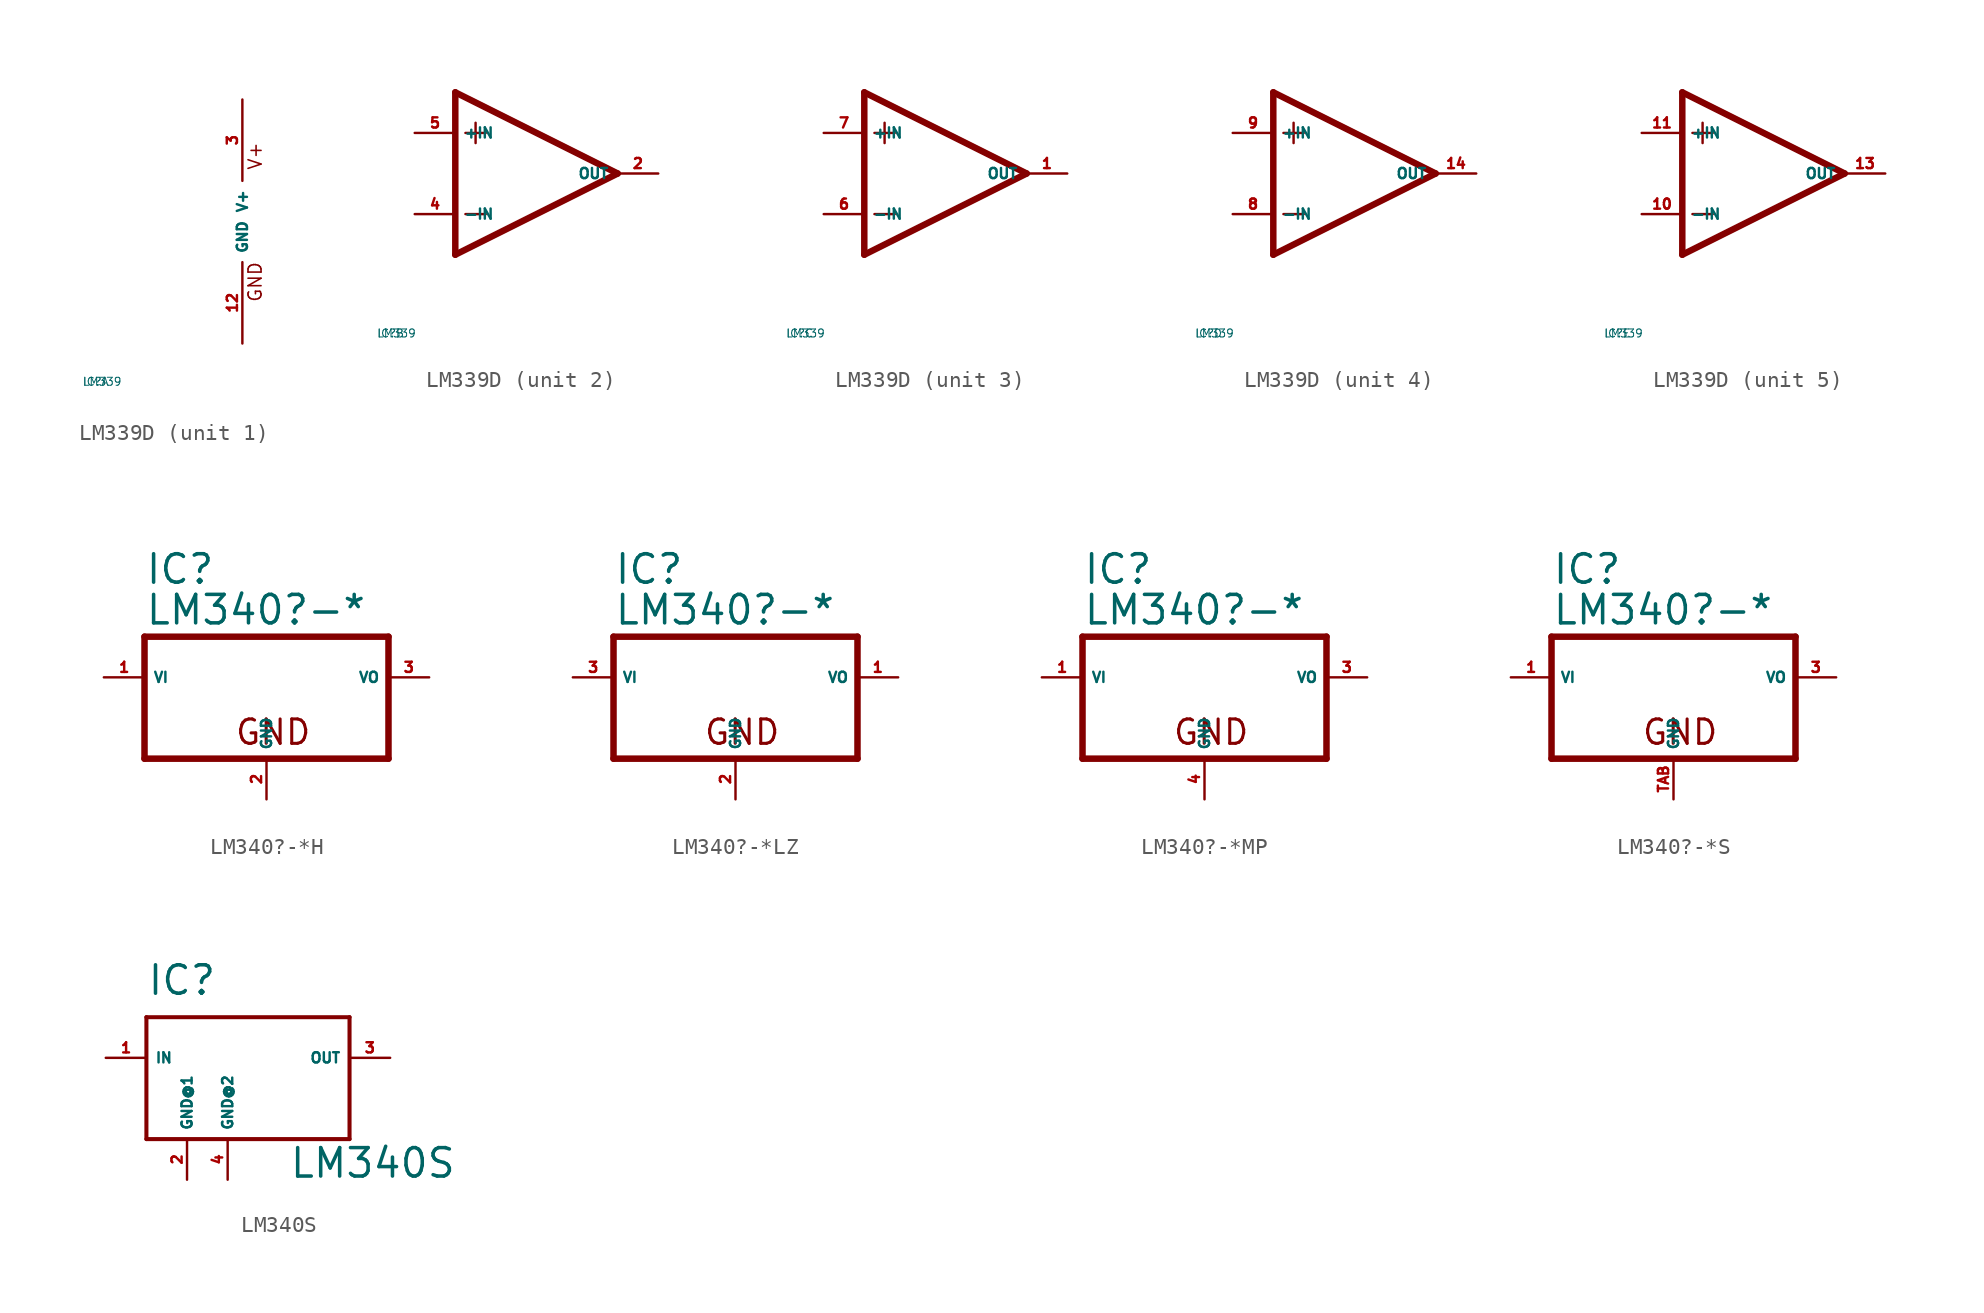
<source format=kicad_sym>
(kicad_symbol_lib
  (version 20220914)
  (generator Eagle2Kicad)
  (symbol "LM339D"
    (property "Reference" "IC"
      (at -10 -10 0)
      (effects (font (size 0.5 0.5) (thickness 0.06)) (justify left)))
    (property "Value" "LM339"
      (at -10 -10 0)
      (effects (font (size 0.5 0.5) (thickness 0.06)) (justify left)))
    (symbol "LM339D_1_0"
      (text "V+" (at 1.27 3.175 900) (effects (font (size 0.813 0.813) (thickness 0.10)) (justify left bottom)))
      (text "GND" (at 1.27 -5.08 900) (effects (font (size 0.813 0.813) (thickness 0.10)) (justify left bottom)))
      (pin unspecified line (at 0 7.62 270) (length 5.08) (name "V+" (effects (font (size 0.635 0.635) (thickness 0.08)) (justify left bottom))) (number "3" (effects (font (size 0.635 0.635) (thickness 0.08)) (justify left bottom))))
      (pin unspecified line (at 0 -7.62 90) (length 5.08) (name "GND" (effects (font (size 0.635 0.635) (thickness 0.08)) (justify left bottom))) (number "12" (effects (font (size 0.635 0.635) (thickness 0.08)) (justify left bottom)))))
    (symbol "LM339D_2_0"
      (polyline (pts (xy -5.08 5.08) (xy -5.08 -5.08)) (stroke (width 0.406) (type default)) (fill (type none)))
      (polyline (pts (xy -5.08 -5.08) (xy 5.08 0)) (stroke (width 0.406) (type default)) (fill (type none)))
      (polyline (pts (xy 5.08 0) (xy -5.08 5.08)) (stroke (width 0.406) (type default)) (fill (type none)))
      (polyline (pts (xy -3.81 3.175) (xy -3.81 1.905)) (stroke (width 0.152) (type default)) (fill (type none)))
      (polyline (pts (xy -4.445 2.54) (xy -3.175 2.54)) (stroke (width 0.152) (type default)) (fill (type none)))
      (polyline (pts (xy -4.445 -2.54) (xy -3.175 -2.54)) (stroke (width 0.152) (type default)) (fill (type none)))
      (pin input line (at -7.62 -2.54 0) (length 2.54) (name "-IN" (effects (font (size 0.635 0.635) (thickness 0.08)) (justify left bottom))) (number "4" (effects (font (size 0.635 0.635) (thickness 0.08)) (justify left bottom))))
      (pin input line (at -7.62 2.54 0) (length 2.54) (name "+IN" (effects (font (size 0.635 0.635) (thickness 0.08)) (justify left bottom))) (number "5" (effects (font (size 0.635 0.635) (thickness 0.08)) (justify left bottom))))
      (pin open_collector line (at 7.62 0 180) (length 2.54) (name "OUT" (effects (font (size 0.635 0.635) (thickness 0.08)) (justify left bottom))) (number "2" (effects (font (size 0.635 0.635) (thickness 0.08)) (justify left bottom)))))
    (symbol "LM339D_3_0"
      (polyline (pts (xy -5.08 5.08) (xy -5.08 -5.08)) (stroke (width 0.406) (type default)) (fill (type none)))
      (polyline (pts (xy -5.08 -5.08) (xy 5.08 0)) (stroke (width 0.406) (type default)) (fill (type none)))
      (polyline (pts (xy 5.08 0) (xy -5.08 5.08)) (stroke (width 0.406) (type default)) (fill (type none)))
      (polyline (pts (xy -3.81 3.175) (xy -3.81 1.905)) (stroke (width 0.152) (type default)) (fill (type none)))
      (polyline (pts (xy -4.445 2.54) (xy -3.175 2.54)) (stroke (width 0.152) (type default)) (fill (type none)))
      (polyline (pts (xy -4.445 -2.54) (xy -3.175 -2.54)) (stroke (width 0.152) (type default)) (fill (type none)))
      (pin input line (at -7.62 -2.54 0) (length 2.54) (name "-IN" (effects (font (size 0.635 0.635) (thickness 0.08)) (justify left bottom))) (number "6" (effects (font (size 0.635 0.635) (thickness 0.08)) (justify left bottom))))
      (pin input line (at -7.62 2.54 0) (length 2.54) (name "+IN" (effects (font (size 0.635 0.635) (thickness 0.08)) (justify left bottom))) (number "7" (effects (font (size 0.635 0.635) (thickness 0.08)) (justify left bottom))))
      (pin open_collector line (at 7.62 0 180) (length 2.54) (name "OUT" (effects (font (size 0.635 0.635) (thickness 0.08)) (justify left bottom))) (number "1" (effects (font (size 0.635 0.635) (thickness 0.08)) (justify left bottom)))))
    (symbol "LM339D_4_0"
      (polyline (pts (xy -5.08 5.08) (xy -5.08 -5.08)) (stroke (width 0.406) (type default)) (fill (type none)))
      (polyline (pts (xy -5.08 -5.08) (xy 5.08 0)) (stroke (width 0.406) (type default)) (fill (type none)))
      (polyline (pts (xy 5.08 0) (xy -5.08 5.08)) (stroke (width 0.406) (type default)) (fill (type none)))
      (polyline (pts (xy -3.81 3.175) (xy -3.81 1.905)) (stroke (width 0.152) (type default)) (fill (type none)))
      (polyline (pts (xy -4.445 2.54) (xy -3.175 2.54)) (stroke (width 0.152) (type default)) (fill (type none)))
      (polyline (pts (xy -4.445 -2.54) (xy -3.175 -2.54)) (stroke (width 0.152) (type default)) (fill (type none)))
      (pin input line (at -7.62 -2.54 0) (length 2.54) (name "-IN" (effects (font (size 0.635 0.635) (thickness 0.08)) (justify left bottom))) (number "8" (effects (font (size 0.635 0.635) (thickness 0.08)) (justify left bottom))))
      (pin input line (at -7.62 2.54 0) (length 2.54) (name "+IN" (effects (font (size 0.635 0.635) (thickness 0.08)) (justify left bottom))) (number "9" (effects (font (size 0.635 0.635) (thickness 0.08)) (justify left bottom))))
      (pin open_collector line (at 7.62 0 180) (length 2.54) (name "OUT" (effects (font (size 0.635 0.635) (thickness 0.08)) (justify left bottom))) (number "14" (effects (font (size 0.635 0.635) (thickness 0.08)) (justify left bottom)))))
    (symbol "LM339D_5_0"
      (polyline (pts (xy -5.08 5.08) (xy -5.08 -5.08)) (stroke (width 0.406) (type default)) (fill (type none)))
      (polyline (pts (xy -5.08 -5.08) (xy 5.08 0)) (stroke (width 0.406) (type default)) (fill (type none)))
      (polyline (pts (xy 5.08 0) (xy -5.08 5.08)) (stroke (width 0.406) (type default)) (fill (type none)))
      (polyline (pts (xy -3.81 3.175) (xy -3.81 1.905)) (stroke (width 0.152) (type default)) (fill (type none)))
      (polyline (pts (xy -4.445 2.54) (xy -3.175 2.54)) (stroke (width 0.152) (type default)) (fill (type none)))
      (polyline (pts (xy -4.445 -2.54) (xy -3.175 -2.54)) (stroke (width 0.152) (type default)) (fill (type none)))
      (pin input line (at -7.62 -2.54 0) (length 2.54) (name "-IN" (effects (font (size 0.635 0.635) (thickness 0.08)) (justify left bottom))) (number "10" (effects (font (size 0.635 0.635) (thickness 0.08)) (justify left bottom))))
      (pin input line (at -7.62 2.54 0) (length 2.54) (name "+IN" (effects (font (size 0.635 0.635) (thickness 0.08)) (justify left bottom))) (number "11" (effects (font (size 0.635 0.635) (thickness 0.08)) (justify left bottom))))
      (pin open_collector line (at 7.62 0 180) (length 2.54) (name "OUT" (effects (font (size 0.635 0.635) (thickness 0.08)) (justify left bottom))) (number "13" (effects (font (size 0.635 0.635) (thickness 0.08)) (justify left bottom))))))
  (symbol "LM340?-*H"
    (property "Reference" "IC"
      (at -7.62 5.715 0)
      (effects (font (size 1.778 1.778) (thickness 0.22)) (justify left bottom)))
    (property "Value" "LM340?-*"
      (at -7.62 3.175 0)
      (effects (font (size 1.778 1.778) (thickness 0.22)) (justify left bottom)))
    (polyline
      (pts (xy -7.62 -5.08) (xy 7.62 -5.08))
      (stroke (width 0.406) (type default))
      (fill (type none)))
    (polyline
      (pts (xy 7.62 -5.08) (xy 7.62 2.54))
      (stroke (width 0.406) (type default))
      (fill (type none)))
    (polyline
      (pts (xy 7.62 2.54) (xy -7.62 2.54))
      (stroke (width 0.406) (type default))
      (fill (type none)))
    (polyline
      (pts (xy -7.62 2.54) (xy -7.62 -5.08))
      (stroke (width 0.406) (type default))
      (fill (type none)))
    (text "GND"
      (at -2.032 -4.318 0)
      (effects (font (size 1.524 1.524) (thickness 0.19)) (justify left bottom)))
    (pin input line
      (at -10.16 0 0)
      (length 2.54)
      (name "VI" (effects (font (size 0.635 0.635) (thickness 0.08)) (justify left bottom)))
      (number "1" (effects (font (size 0.635 0.635) (thickness 0.08)) (justify left bottom))))
    (pin passive line
      (at 0 -7.62 90)
      (length 2.54)
      (name "GND" (effects (font (size 0.635 0.635) (thickness 0.08)) (justify left bottom)))
      (number "2" (effects (font (size 0.635 0.635) (thickness 0.08)) (justify left bottom))))
    (pin passive line
      (at 10.16 0 180)
      (length 2.54)
      (name "VO" (effects (font (size 0.635 0.635) (thickness 0.08)) (justify left bottom)))
      (number "3" (effects (font (size 0.635 0.635) (thickness 0.08)) (justify left bottom)))))
  (symbol "LM340?-*LZ"
    (property "Reference" "IC"
      (at -7.62 5.715 0)
      (effects (font (size 1.778 1.778) (thickness 0.22)) (justify left bottom)))
    (property "Value" "LM340?-*"
      (at -7.62 3.175 0)
      (effects (font (size 1.778 1.778) (thickness 0.22)) (justify left bottom)))
    (polyline
      (pts (xy -7.62 -5.08) (xy 7.62 -5.08))
      (stroke (width 0.406) (type default))
      (fill (type none)))
    (polyline
      (pts (xy 7.62 -5.08) (xy 7.62 2.54))
      (stroke (width 0.406) (type default))
      (fill (type none)))
    (polyline
      (pts (xy 7.62 2.54) (xy -7.62 2.54))
      (stroke (width 0.406) (type default))
      (fill (type none)))
    (polyline
      (pts (xy -7.62 2.54) (xy -7.62 -5.08))
      (stroke (width 0.406) (type default))
      (fill (type none)))
    (text "GND"
      (at -2.032 -4.318 0)
      (effects (font (size 1.524 1.524) (thickness 0.19)) (justify left bottom)))
    (pin input line
      (at -10.16 0 0)
      (length 2.54)
      (name "VI" (effects (font (size 0.635 0.635) (thickness 0.08)) (justify left bottom)))
      (number "3" (effects (font (size 0.635 0.635) (thickness 0.08)) (justify left bottom))))
    (pin passive line
      (at 0 -7.62 90)
      (length 2.54)
      (name "GND" (effects (font (size 0.635 0.635) (thickness 0.08)) (justify left bottom)))
      (number "2" (effects (font (size 0.635 0.635) (thickness 0.08)) (justify left bottom))))
    (pin passive line
      (at 10.16 0 180)
      (length 2.54)
      (name "VO" (effects (font (size 0.635 0.635) (thickness 0.08)) (justify left bottom)))
      (number "1" (effects (font (size 0.635 0.635) (thickness 0.08)) (justify left bottom)))))
  (symbol "LM340?-*MP"
    (property "Reference" "IC"
      (at -7.62 5.715 0)
      (effects (font (size 1.778 1.778) (thickness 0.22)) (justify left bottom)))
    (property "Value" "LM340?-*"
      (at -7.62 3.175 0)
      (effects (font (size 1.778 1.778) (thickness 0.22)) (justify left bottom)))
    (polyline
      (pts (xy -7.62 -5.08) (xy 7.62 -5.08))
      (stroke (width 0.406) (type default))
      (fill (type none)))
    (polyline
      (pts (xy 7.62 -5.08) (xy 7.62 2.54))
      (stroke (width 0.406) (type default))
      (fill (type none)))
    (polyline
      (pts (xy 7.62 2.54) (xy -7.62 2.54))
      (stroke (width 0.406) (type default))
      (fill (type none)))
    (polyline
      (pts (xy -7.62 2.54) (xy -7.62 -5.08))
      (stroke (width 0.406) (type default))
      (fill (type none)))
    (text "GND"
      (at -2.032 -4.318 0)
      (effects (font (size 1.524 1.524) (thickness 0.19)) (justify left bottom)))
    (pin input line
      (at -10.16 0 0)
      (length 2.54)
      (name "VI" (effects (font (size 0.635 0.635) (thickness 0.08)) (justify left bottom)))
      (number "1" (effects (font (size 0.635 0.635) (thickness 0.08)) (justify left bottom))))
    (pin passive line
      (at 0 -7.62 90)
      (length 2.54)
      (name "GND" (effects (font (size 0.635 0.635) (thickness 0.08)) (justify left bottom)))
      (number "4" (effects (font (size 0.635 0.635) (thickness 0.08)) (justify left bottom))))
    (pin passive line
      (at 10.16 0 180)
      (length 2.54)
      (name "VO" (effects (font (size 0.635 0.635) (thickness 0.08)) (justify left bottom)))
      (number "3" (effects (font (size 0.635 0.635) (thickness 0.08)) (justify left bottom)))))
  (symbol "LM340?-*S"
    (property "Reference" "IC"
      (at -7.62 5.715 0)
      (effects (font (size 1.778 1.778) (thickness 0.22)) (justify left bottom)))
    (property "Value" "LM340?-*"
      (at -7.62 3.175 0)
      (effects (font (size 1.778 1.778) (thickness 0.22)) (justify left bottom)))
    (polyline
      (pts (xy -7.62 -5.08) (xy 7.62 -5.08))
      (stroke (width 0.406) (type default))
      (fill (type none)))
    (polyline
      (pts (xy 7.62 -5.08) (xy 7.62 2.54))
      (stroke (width 0.406) (type default))
      (fill (type none)))
    (polyline
      (pts (xy 7.62 2.54) (xy -7.62 2.54))
      (stroke (width 0.406) (type default))
      (fill (type none)))
    (polyline
      (pts (xy -7.62 2.54) (xy -7.62 -5.08))
      (stroke (width 0.406) (type default))
      (fill (type none)))
    (text "GND"
      (at -2.032 -4.318 0)
      (effects (font (size 1.524 1.524) (thickness 0.19)) (justify left bottom)))
    (pin input line
      (at -10.16 0 0)
      (length 2.54)
      (name "VI" (effects (font (size 0.635 0.635) (thickness 0.08)) (justify left bottom)))
      (number "1" (effects (font (size 0.635 0.635) (thickness 0.08)) (justify left bottom))))
    (pin passive line
      (at 0 -7.62 90)
      (length 2.54)
      (name "GND" (effects (font (size 0.635 0.635) (thickness 0.08)) (justify left bottom)))
      (number "TAB" (effects (font (size 0.635 0.635) (thickness 0.08)) (justify left bottom))))
    (pin passive line
      (at 10.16 0 180)
      (length 2.54)
      (name "VO" (effects (font (size 0.635 0.635) (thickness 0.08)) (justify left bottom)))
      (number "3" (effects (font (size 0.635 0.635) (thickness 0.08)) (justify left bottom)))))
  (symbol "LM340S"
    (property "Reference" "IC"
      (at -5.08 6.35 0)
      (effects (font (size 1.778 1.778) (thickness 0.22)) (justify left bottom)))
    (property "Value" "LM340S"
      (at 3.81 -5.08 0)
      (effects (font (size 1.778 1.778) (thickness 0.22)) (justify left bottom)))
    (polyline
      (pts (xy -5.08 5.08) (xy 7.62 5.08))
      (stroke (width 0.254) (type default))
      (fill (type none)))
    (polyline
      (pts (xy 7.62 5.08) (xy 7.62 -2.54))
      (stroke (width 0.254) (type default))
      (fill (type none)))
    (polyline
      (pts (xy 7.62 -2.54) (xy -5.08 -2.54))
      (stroke (width 0.254) (type default))
      (fill (type none)))
    (polyline
      (pts (xy -5.08 -2.54) (xy -5.08 5.08))
      (stroke (width 0.254) (type default))
      (fill (type none)))
    (pin unspecified line
      (at -2.54 -5.08 90)
      (length 2.54)
      (name "GND@1" (effects (font (size 0.635 0.635) (thickness 0.08)) (justify left bottom)))
      (number "2" (effects (font (size 0.635 0.635) (thickness 0.08)) (justify left bottom))))
    (pin input line
      (at -7.62 2.54 0)
      (length 2.54)
      (name "IN" (effects (font (size 0.635 0.635) (thickness 0.08)) (justify left bottom)))
      (number "1" (effects (font (size 0.635 0.635) (thickness 0.08)) (justify left bottom))))
    (pin passive line
      (at 10.16 2.54 180)
      (length 2.54)
      (name "OUT" (effects (font (size 0.635 0.635) (thickness 0.08)) (justify left bottom)))
      (number "3" (effects (font (size 0.635 0.635) (thickness 0.08)) (justify left bottom))))
    (pin unspecified line
      (at 0 -5.08 90)
      (length 2.54)
      (name "GND@2" (effects (font (size 0.635 0.635) (thickness 0.08)) (justify left bottom)))
      (number "4" (effects (font (size 0.635 0.635) (thickness 0.08)) (justify left bottom))))))
</source>
